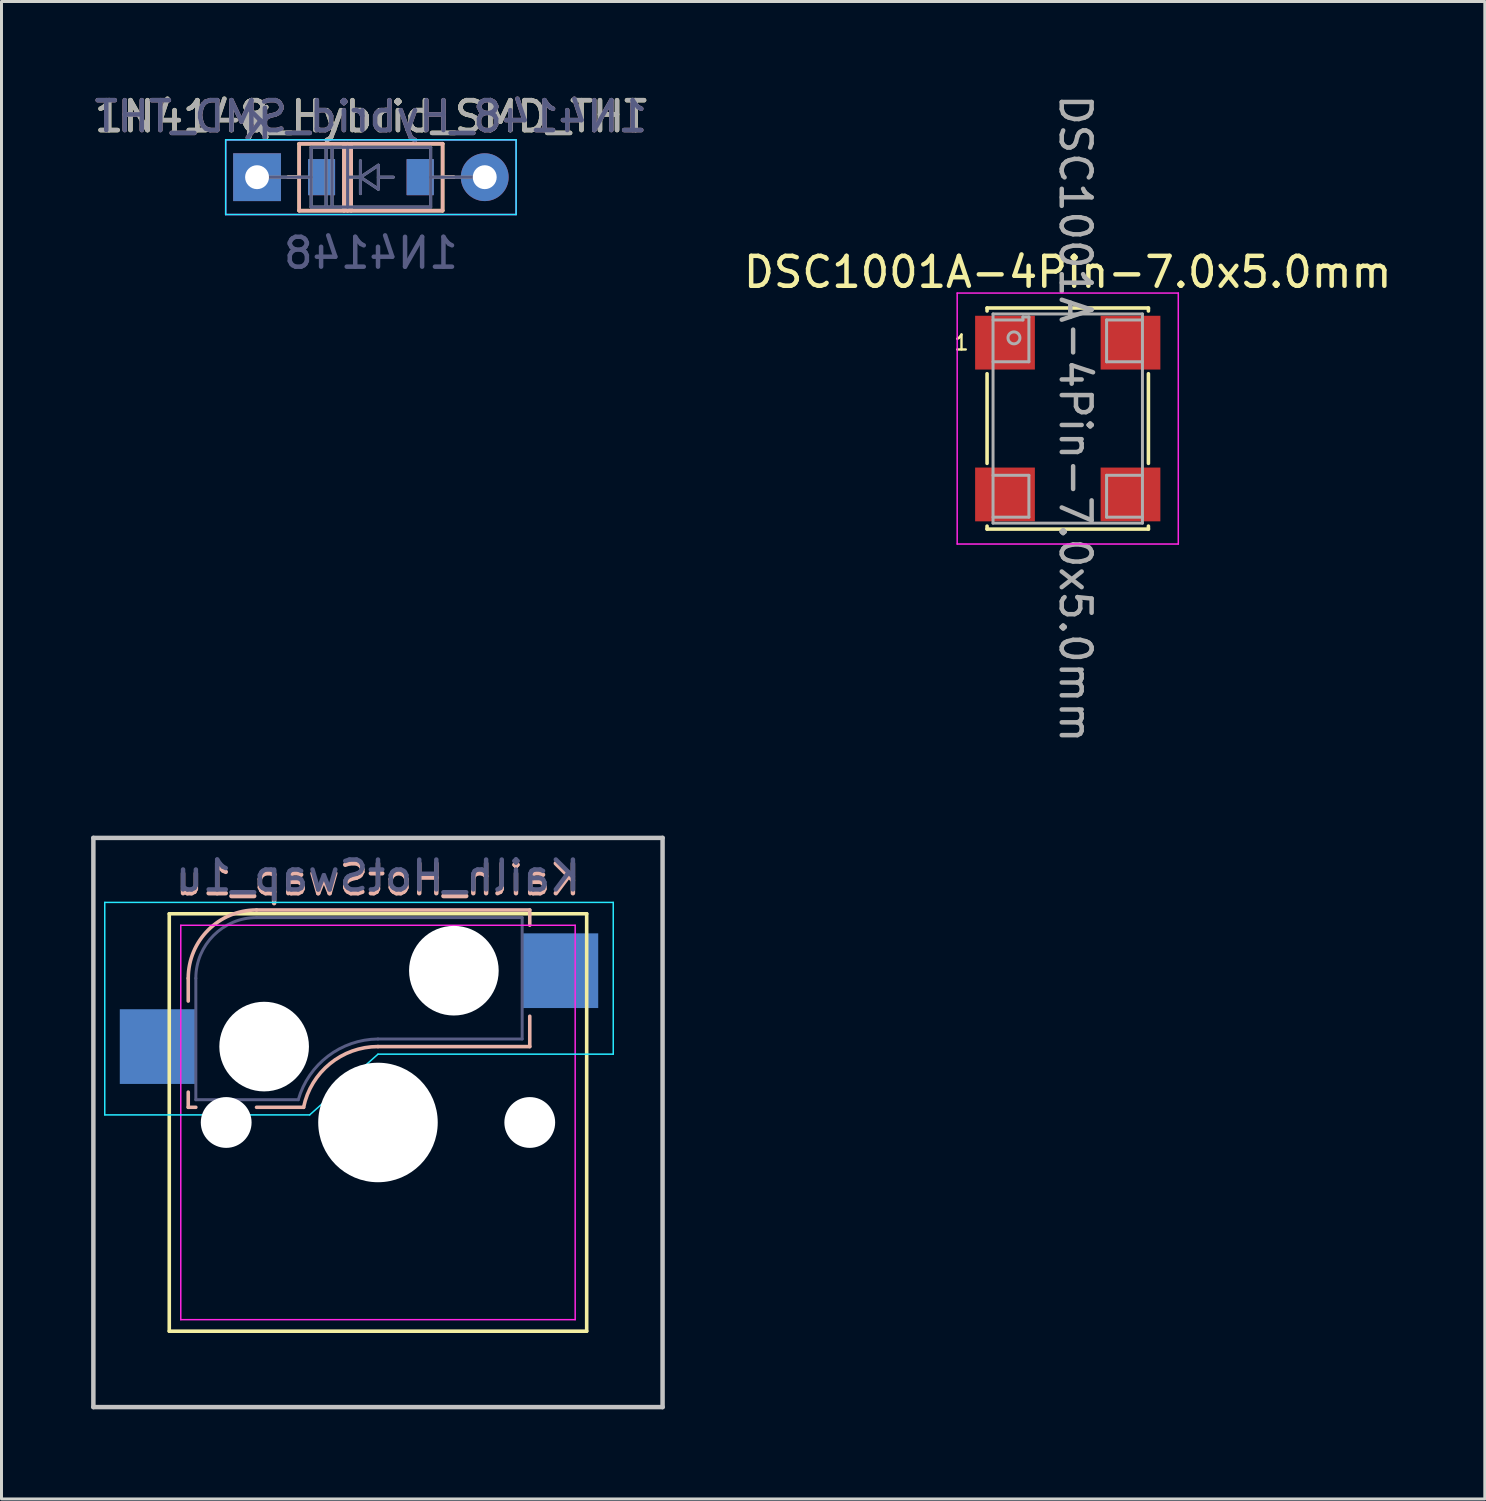
<source format=kicad_pcb>
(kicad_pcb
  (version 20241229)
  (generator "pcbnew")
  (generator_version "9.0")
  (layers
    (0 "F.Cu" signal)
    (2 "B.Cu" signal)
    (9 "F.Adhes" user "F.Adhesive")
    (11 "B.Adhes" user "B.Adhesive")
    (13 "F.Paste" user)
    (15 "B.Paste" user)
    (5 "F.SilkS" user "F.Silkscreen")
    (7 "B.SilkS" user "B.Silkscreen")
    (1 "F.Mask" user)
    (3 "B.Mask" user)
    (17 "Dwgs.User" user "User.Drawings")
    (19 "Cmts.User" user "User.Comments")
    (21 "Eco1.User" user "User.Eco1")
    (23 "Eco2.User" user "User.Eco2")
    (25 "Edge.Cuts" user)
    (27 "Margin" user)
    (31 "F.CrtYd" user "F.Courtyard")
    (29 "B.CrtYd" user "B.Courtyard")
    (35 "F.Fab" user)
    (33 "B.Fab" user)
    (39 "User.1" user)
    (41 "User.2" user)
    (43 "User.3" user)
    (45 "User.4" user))
  (footprint "Kailh_HotSwap_1u"
    (layer "F.Cu")
    (at 9.6 34.517)
    (property "Reference" "Kailh_HotSwap_1u" (at 0 -8.128 0) (unlocked yes) (layer "B.SilkS") (effects (font (size 1 1) (thickness 0.15)) (justify mirror)))
    (attr smd)
    (fp_line (start -6.985 -6.985) (end 6.985 -6.985) (stroke (width 0.12) (type solid)) (layer "F.SilkS"))
    (fp_line (start -6.985 6.985) (end -6.985 -6.985) (stroke (width 0.12) (type solid)) (layer "F.SilkS"))
    (fp_line (start 6.985 -6.985) (end 6.985 6.985) (stroke (width 0.12) (type solid)) (layer "F.SilkS"))
    (fp_line (start 6.985 6.985) (end -6.985 6.985) (stroke (width 0.12) (type solid)) (layer "F.SilkS"))
    (fp_line (start -6.35 -4.826) (end -6.35 -4.064) (stroke (width 0.12) (type solid)) (layer "B.SilkS"))
    (fp_line (start -6.35 -1.016) (end -6.35 -0.508) (stroke (width 0.12) (type solid)) (layer "B.SilkS"))
    (fp_line (start -6.35 -0.508) (end -6.096 -0.508) (stroke (width 0.12) (type solid)) (layer "B.SilkS"))
    (fp_line (start -4.064 -0.508) (end -2.489 -0.508) (stroke (width 0.12) (type solid)) (layer "B.SilkS"))
    (fp_line (start 0 -2.54) (end 5.08 -2.54) (stroke (width 0.12) (type solid)) (layer "B.SilkS"))
    (fp_line (start 5.08 -7.112) (end -4.064 -7.112) (stroke (width 0.12) (type solid)) (layer "B.SilkS"))
    (fp_line (start 5.08 -6.604) (end 5.08 -7.112) (stroke (width 0.12) (type solid)) (layer "B.SilkS"))
    (fp_line (start 5.08 -2.54) (end 5.08 -3.556) (stroke (width 0.12) (type solid)) (layer "B.SilkS"))
    (fp_arc (start -6.35 -4.826) (mid -5.680446 -6.442446) (end -4.064 -7.112) (stroke (width 0.12) (type solid)) (layer "B.SilkS"))
    (fp_arc (start -2.489199 -0.508) (mid -1.606798 -1.967836) (end 0 -2.540507) (stroke (width 0.12) (type solid)) (layer "B.SilkS"))
    (fp_line (start -9.525 -9.525) (end 9.525 -9.525) (stroke (width 0.15) (type solid)) (layer "Dwgs.User"))
    (fp_line (start -9.525 9.525) (end -9.525 -9.525) (stroke (width 0.15) (type solid)) (layer "Dwgs.User"))
    (fp_line (start 9.525 -9.525) (end 9.525 9.525) (stroke (width 0.15) (type solid)) (layer "Dwgs.User"))
    (fp_line (start 9.525 9.525) (end -9.525 9.525) (stroke (width 0.15) (type solid)) (layer "Dwgs.User"))
    (fp_line (start -9.144 -7.366) (end 7.874 -7.366) (stroke (width 0.05) (type solid)) (layer "B.CrtYd"))
    (fp_line (start -9.144 -0.254) (end -9.144 -7.366) (stroke (width 0.05) (type solid)) (layer "B.CrtYd"))
    (fp_line (start -2.286 -0.254) (end -9.144 -0.254) (stroke (width 0.05) (type solid)) (layer "B.CrtYd"))
    (fp_line (start 0 -2.286) (end -2.286 -0.254) (stroke (width 0.05) (type solid)) (layer "B.CrtYd"))
    (fp_line (start 7.874 -7.366) (end 7.874 -2.286) (stroke (width 0.05) (type solid)) (layer "B.CrtYd"))
    (fp_line (start 7.874 -2.286) (end 0 -2.286) (stroke (width 0.05) (type solid)) (layer "B.CrtYd"))
    (fp_line (start -6.6 -6.6) (end 6.6 -6.6) (stroke (width 0.05) (type solid)) (layer "F.CrtYd"))
    (fp_line (start -6.6 6.6) (end -6.6 -6.6) (stroke (width 0.05) (type solid)) (layer "F.CrtYd"))
    (fp_line (start 6.6 -6.6) (end 6.6 6.6) (stroke (width 0.05) (type solid)) (layer "F.CrtYd"))
    (fp_line (start 6.6 6.6) (end -6.6 6.6) (stroke (width 0.05) (type solid)) (layer "F.CrtYd"))
    (fp_line (start -6.096 -0.762) (end -6.096 -4.826) (stroke (width 0.1) (type solid)) (layer "B.Fab"))
    (fp_line (start -6.096 -0.762) (end -2.667 -0.762) (stroke (width 0.1) (type solid)) (layer "B.Fab"))
    (fp_line (start 4.826 -6.858) (end -4.064 -6.858) (stroke (width 0.1) (type solid)) (layer "B.Fab"))
    (fp_line (start 4.826 -6.858) (end 4.826 -2.794) (stroke (width 0.1) (type solid)) (layer "B.Fab"))
    (fp_line (start 4.826 -2.794) (end 0 -2.794) (stroke (width 0.1) (type solid)) (layer "B.Fab"))
    (fp_arc (start -6.096 -4.826) (mid -5.500841 -6.262841) (end -4.064 -6.858) (stroke (width 0.1) (type solid)) (layer "B.Fab"))
    (fp_arc (start -2.666999 -0.762) (mid -1.670992 -2.220958) (end 0 -2.794) (stroke (width 0.1) (type solid)) (layer "B.Fab"))
    (fp_text user "${REFERENCE}" (at 0 -8.255 0) (layer "B.Fab") (effects (font (size 1 1) (thickness 0.15)) (justify mirror)))
    (pad "" np_thru_hole circle (at -5.08 0) (size 1.7 1.7) (drill 1.7) (layers "*.Cu" "*.Mask"))
    (pad "" np_thru_hole circle (at -3.81 -2.54) (size 3 3) (drill 3) (layers "*.Cu" "*.Mask"))
    (pad "" np_thru_hole circle (at 0 0) (size 4 4) (drill 4) (layers "*.Cu" "*.Mask"))
    (pad "" np_thru_hole circle (at 2.54 -5.08) (size 3 3) (drill 3) (layers "*.Cu" "*.Mask"))
    (pad "" np_thru_hole circle (at 5.08 0) (size 1.7 1.7) (drill 1.7) (layers "*.Cu" "*.Mask"))
    (pad "1" smd rect (at 6.096 -5.08) (size 2.55 2.5) (layers "B.Cu" "B.Mask" "B.Paste"))
    (pad "2" smd rect (at -7.366 -2.54) (size 2.55 2.5) (layers "B.Cu" "B.Mask" "B.Paste")))
  (footprint "1N4148_Hybrid_SMD_THT"
    (layer "F.Cu")
    (at 9.363 2.88)
    (property "Reference" "1N4148_Hybrid_SMD_THT" (at 0 -2.032 0) (unlocked yes) (layer "F.SilkS") (effects (font (size 1 1) (thickness 0.15))))
    (property "Value" "1N4148" (at 0 2.54 0) (unlocked yes) (layer "F.Fab") (hide yes) (effects (font (size 1 1) (thickness 0.15))))
    (attr smd)
    (fp_line (start -2.77 0) (end -2.4 0) (stroke (width 0.12) (type solid)) (layer "F.SilkS"))
    (fp_line (start -2.4 -1.12) (end -2.4 1.12) (stroke (width 0.12) (type solid)) (layer "F.SilkS"))
    (fp_line (start -2.4 1.12) (end 2.4 1.12) (stroke (width 0.12) (type solid)) (layer "F.SilkS"))
    (fp_line (start -0.9 -1.12) (end -0.9 1.12) (stroke (width 0.12) (type solid)) (layer "F.SilkS"))
    (fp_line (start -0.78 -1.12) (end -0.78 1.12) (stroke (width 0.12) (type solid)) (layer "F.SilkS"))
    (fp_line (start -0.66 -1.12) (end -0.66 1.12) (stroke (width 0.12) (type solid)) (layer "F.SilkS"))
    (fp_line (start 2.4 -1.12) (end -2.4 -1.12) (stroke (width 0.12) (type solid)) (layer "F.SilkS"))
    (fp_line (start 2.4 1.12) (end 2.4 -1.12) (stroke (width 0.12) (type solid)) (layer "F.SilkS"))
    (fp_line (start 2.77 0) (end 2.4 0) (stroke (width 0.12) (type solid)) (layer "F.SilkS"))
    (fp_line (start -2.77 0) (end -2.4 0) (stroke (width 0.12) (type solid)) (layer "B.SilkS"))
    (fp_line (start -2.4 -1.12) (end 2.4 -1.12) (stroke (width 0.12) (type solid)) (layer "B.SilkS"))
    (fp_line (start -2.4 1.12) (end -2.4 -1.12) (stroke (width 0.12) (type solid)) (layer "B.SilkS"))
    (fp_line (start -0.9 1.12) (end -0.9 -1.12) (stroke (width 0.12) (type solid)) (layer "B.SilkS"))
    (fp_line (start -0.78 1.12) (end -0.78 -1.12) (stroke (width 0.12) (type solid)) (layer "B.SilkS"))
    (fp_line (start -0.66 1.12) (end -0.66 -1.12) (stroke (width 0.12) (type solid)) (layer "B.SilkS"))
    (fp_line (start 2.4 -1.12) (end 2.4 1.12) (stroke (width 0.12) (type solid)) (layer "B.SilkS"))
    (fp_line (start 2.4 1.12) (end -2.4 1.12) (stroke (width 0.12) (type solid)) (layer "B.SilkS"))
    (fp_line (start 2.77 0) (end 2.4 0) (stroke (width 0.12) (type solid)) (layer "B.SilkS"))
    (fp_line (start -4.86 -1.25) (end 4.86 -1.25) (stroke (width 0.05) (type solid)) (layer "B.CrtYd"))
    (fp_line (start -4.86 1.25) (end -4.86 -1.25) (stroke (width 0.05) (type solid)) (layer "B.CrtYd"))
    (fp_line (start 4.86 -1.25) (end 4.86 1.25) (stroke (width 0.05) (type solid)) (layer "B.CrtYd"))
    (fp_line (start 4.86 1.25) (end -4.86 1.25) (stroke (width 0.05) (type solid)) (layer "B.CrtYd"))
    (fp_line (start -4.86 -1.25) (end -4.86 1.25) (stroke (width 0.05) (type solid)) (layer "F.CrtYd"))
    (fp_line (start -4.86 1.25) (end 4.86 1.25) (stroke (width 0.05) (type solid)) (layer "F.CrtYd"))
    (fp_line (start 4.86 -1.25) (end -4.86 -1.25) (stroke (width 0.05) (type solid)) (layer "F.CrtYd"))
    (fp_line (start 4.86 1.25) (end 4.86 -1.25) (stroke (width 0.05) (type solid)) (layer "F.CrtYd"))
    (fp_line (start -3.81 0) (end -2 0) (stroke (width 0.1) (type solid)) (layer "B.Fab"))
    (fp_line (start -2 -1) (end 2 -1) (stroke (width 0.1) (type solid)) (layer "B.Fab"))
    (fp_line (start -2 1) (end -2 -1) (stroke (width 0.1) (type solid)) (layer "B.Fab"))
    (fp_line (start -1.5 1) (end -1.5 -1) (stroke (width 0.1) (type solid)) (layer "B.Fab"))
    (fp_line (start -1.3 1) (end -1.3 -1) (stroke (width 0.1) (type solid)) (layer "B.Fab"))
    (fp_line (start -0.78 1) (end -0.78 -1) (stroke (width 0.1) (type solid)) (layer "B.Fab"))
    (fp_line (start -0.75 0) (end -0.35 0) (stroke (width 0.1) (type solid)) (layer "B.Fab"))
    (fp_line (start -0.35 0) (end -0.35 -0.55) (stroke (width 0.1) (type solid)) (layer "B.Fab"))
    (fp_line (start -0.35 0) (end -0.35 0.55) (stroke (width 0.1) (type solid)) (layer "B.Fab"))
    (fp_line (start -0.35 0) (end 0.25 0.4) (stroke (width 0.1) (type solid)) (layer "B.Fab"))
    (fp_line (start 0.25 -0.4) (end -0.35 0) (stroke (width 0.1) (type solid)) (layer "B.Fab"))
    (fp_line (start 0.25 0) (end 0.75 0) (stroke (width 0.1) (type solid)) (layer "B.Fab"))
    (fp_line (start 0.25 0.4) (end 0.25 -0.4) (stroke (width 0.1) (type solid)) (layer "B.Fab"))
    (fp_line (start 2 -1) (end 2 1) (stroke (width 0.1) (type solid)) (layer "B.Fab"))
    (fp_line (start 2 1) (end -2 1) (stroke (width 0.1) (type solid)) (layer "B.Fab"))
    (fp_line (start 3.81 0) (end 2 0) (stroke (width 0.1) (type solid)) (layer "B.Fab"))
    (fp_line (start -3.81 0) (end -2 0) (stroke (width 0.1) (type solid)) (layer "F.Fab"))
    (fp_line (start -2 -1) (end -2 1) (stroke (width 0.1) (type solid)) (layer "F.Fab"))
    (fp_line (start -2 1) (end 2 1) (stroke (width 0.1) (type solid)) (layer "F.Fab"))
    (fp_line (start -1.5 -1) (end -1.5 1) (stroke (width 0.1) (type solid)) (layer "F.Fab"))
    (fp_line (start -1.3 -1) (end -1.3 1) (stroke (width 0.1) (type solid)) (layer "F.Fab"))
    (fp_line (start -0.78 -1) (end -0.78 1) (stroke (width 0.1) (type solid)) (layer "F.Fab"))
    (fp_line (start -0.75 0) (end -0.35 0) (stroke (width 0.1) (type solid)) (layer "F.Fab"))
    (fp_line (start -0.35 0) (end -0.35 -0.55) (stroke (width 0.1) (type solid)) (layer "F.Fab"))
    (fp_line (start -0.35 0) (end -0.35 0.55) (stroke (width 0.1) (type solid)) (layer "F.Fab"))
    (fp_line (start -0.35 0) (end 0.25 -0.4) (stroke (width 0.1) (type solid)) (layer "F.Fab"))
    (fp_line (start 0.25 -0.4) (end 0.25 0.4) (stroke (width 0.1) (type solid)) (layer "F.Fab"))
    (fp_line (start 0.25 0) (end 0.75 0) (stroke (width 0.1) (type solid)) (layer "F.Fab"))
    (fp_line (start 0.25 0.4) (end -0.35 0) (stroke (width 0.1) (type solid)) (layer "F.Fab"))
    (fp_line (start 2 -1) (end -2 -1) (stroke (width 0.1) (type solid)) (layer "F.Fab"))
    (fp_line (start 2 1) (end 2 -1) (stroke (width 0.1) (type solid)) (layer "F.Fab"))
    (fp_line (start 3.81 0) (end 2 0) (stroke (width 0.1) (type solid)) (layer "F.Fab"))
    (fp_text user "K" (at -3.81 -1.8 0) (layer "F.SilkS") (effects (font (size 1 1) (thickness 0.15))))
    (fp_text user "K" (at -3.81 -1.778 180) (layer "B.SilkS") (effects (font (size 1 1) (thickness 0.15)) (justify mirror)))
    (fp_text user "${REFERENCE}" (at 0 -2.032 0) (unlocked yes) (layer "B.SilkS") (effects (font (size 1 1) (thickness 0.15)) (justify mirror)))
    (fp_text user "${REFERENCE}" (at 0 -2.032 180) (layer "B.Fab") (effects (font (size 1 1) (thickness 0.15)) (justify mirror)))
    (fp_text user "K" (at -3.81 -1.778 180) (layer "B.Fab") (effects (font (size 1 1) (thickness 0.15)) (justify mirror)))
    (fp_text user "${VALUE}" (at 0 2.54 0) (unlocked yes) (layer "B.Fab") (effects (font (size 1 1) (thickness 0.15)) (justify mirror)))
    (fp_text user "${REFERENCE}" (at 0 -2.032 0) (layer "F.Fab") (effects (font (size 1 1) (thickness 0.15))))
    (fp_text user "K" (at -3.81 -1.8 0) (layer "F.Fab") (effects (font (size 1 1) (thickness 0.15))))
    (pad "1" thru_hole rect (at -3.81 0) (size 1.6 1.6) (drill 0.8) (layers "*.Cu" "*.Mask"))
    (pad "1" smd rect (at -1.65 0) (size 0.9 1.2) (layers "F.Cu" "F.Mask" "F.Paste"))
    (pad "1" smd rect (at -1.65 0) (size 0.9 1.2) (layers "F.Cu" "F.Mask" "F.Paste"))
    (pad "1" smd rect (at -1.65 0 180) (size 0.9 1.2) (layers "B.Cu" "B.Mask" "B.Paste"))
    (pad "1" smd rect (at -1.65 0 180) (size 0.9 1.2) (layers "B.Cu" "B.Mask" "B.Paste"))
    (pad "2" smd rect (at 1.65 0) (size 0.9 1.2) (layers "F.Cu" "F.Mask" "F.Paste"))
    (pad "2" smd rect (at 1.65 0) (size 0.9 1.2) (layers "F.Cu" "F.Mask" "F.Paste"))
    (pad "2" smd rect (at 1.65 0 180) (size 0.9 1.2) (layers "B.Cu" "B.Mask" "B.Paste"))
    (pad "2" smd rect (at 1.65 0 180) (size 0.9 1.2) (layers "B.Cu" "B.Mask" "B.Paste"))
    (pad "2" thru_hole oval (at 3.81 0) (size 1.6 1.6) (drill 0.8) (layers "*.Cu" "*.Mask")))
  (footprint "DSC1001A-4Pin-7.0x5.0mm"
    (layer "F.Cu")
    (at 32.685 10.958)
    (property "Reference" "DSC1001A-4Pin-7.0x5.0mm" (at 0 -4.9 0) (unlocked yes) (layer "F.SilkS") (effects (font (size 1 1) (thickness 0.15))))
    (attr smd)
    (fp_line (start -2.7 -3.7) (end 2.7 -3.7) (stroke (width 0.12) (type solid)) (layer "F.SilkS"))
    (fp_line (start -2.7 -3.6) (end -2.7 -3.7) (stroke (width 0.12) (type solid)) (layer "F.SilkS"))
    (fp_line (start -2.7 -1.5) (end -2.7 1.5) (stroke (width 0.12) (type solid)) (layer "F.SilkS"))
    (fp_line (start -2.7 3.6) (end -2.7 3.7) (stroke (width 0.12) (type solid)) (layer "F.SilkS"))
    (fp_line (start -2.7 3.7) (end 2.7 3.7) (stroke (width 0.12) (type solid)) (layer "F.SilkS"))
    (fp_line (start 2.7 -3.7) (end 2.7 -3.6) (stroke (width 0.12) (type solid)) (layer "F.SilkS"))
    (fp_line (start 2.7 -1.5) (end 2.7 1.5) (stroke (width 0.12) (type solid)) (layer "F.SilkS"))
    (fp_line (start 2.7 3.7) (end 2.7 3.6) (stroke (width 0.12) (type solid)) (layer "F.SilkS"))
    (fp_line (start -3.7 -4.2) (end 3.7 -4.2) (stroke (width 0.05) (type solid)) (layer "F.CrtYd"))
    (fp_line (start -3.7 4.2) (end -3.7 -4.2) (stroke (width 0.05) (type solid)) (layer "F.CrtYd"))
    (fp_line (start 3.7 -4.2) (end 3.7 4.2) (stroke (width 0.05) (type solid)) (layer "F.CrtYd"))
    (fp_line (start 3.7 4.2) (end -3.7 4.2) (stroke (width 0.05) (type solid)) (layer "F.CrtYd"))
    (fp_line (start -2.5 -3.5) (end 2.5 -3.5) (stroke (width 0.1) (type solid)) (layer "F.Fab"))
    (fp_line (start -2.5 -3.3) (end -1.5 -3.3) (stroke (width 0.1) (type solid)) (layer "F.Fab"))
    (fp_line (start -2.5 3.3) (end -1.3 3.3) (stroke (width 0.1) (type solid)) (layer "F.Fab"))
    (fp_line (start -2.5 3.5) (end -2.5 -3.5) (stroke (width 0.1) (type solid)) (layer "F.Fab"))
    (fp_line (start -1.5 -3.4) (end -1.3 -3.4) (stroke (width 0.1) (type solid)) (layer "F.Fab"))
    (fp_line (start -1.5 -3.3) (end -1.5 -3.4) (stroke (width 0.1) (type solid)) (layer "F.Fab"))
    (fp_line (start -1.3 -3.4) (end -1.3 -1.9) (stroke (width 0.1) (type solid)) (layer "F.Fab"))
    (fp_line (start -1.3 -1.9) (end -2.5 -1.9) (stroke (width 0.1) (type solid)) (layer "F.Fab"))
    (fp_line (start -1.3 1.9) (end -2.5 1.9) (stroke (width 0.1) (type solid)) (layer "F.Fab"))
    (fp_line (start -1.3 3.3) (end -1.3 1.9) (stroke (width 0.1) (type solid)) (layer "F.Fab"))
    (fp_line (start 1.3 -3.3) (end 1.3 -1.9) (stroke (width 0.1) (type solid)) (layer "F.Fab"))
    (fp_line (start 1.3 -1.9) (end 2.5 -1.9) (stroke (width 0.1) (type solid)) (layer "F.Fab"))
    (fp_line (start 1.3 1.9) (end 2.5 1.9) (stroke (width 0.1) (type solid)) (layer "F.Fab"))
    (fp_line (start 1.3 3.3) (end 1.3 1.9) (stroke (width 0.1) (type solid)) (layer "F.Fab"))
    (fp_line (start 2.5 -3.5) (end 2.5 3.5) (stroke (width 0.1) (type solid)) (layer "F.Fab"))
    (fp_line (start 2.5 -3.3) (end 1.3 -3.3) (stroke (width 0.1) (type solid)) (layer "F.Fab"))
    (fp_line (start 2.5 3.3) (end 1.3 3.3) (stroke (width 0.1) (type solid)) (layer "F.Fab"))
    (fp_line (start 2.5 3.5) (end -2.5 3.5) (stroke (width 0.1) (type solid)) (layer "F.Fab"))
    (fp_circle (center -1.8 -2.7) (end -1.6 -2.7) (stroke (width 0.1) (type solid)) (fill no) (layer "F.Fab"))
    (fp_text user "1" (at -3.556 -2.54 0) (unlocked yes) (layer "F.SilkS") (effects (font (size 0.5 0.5) (thickness 0.08))))
    (fp_text user "${REFERENCE}" (at 0.254 0 270) (unlocked yes) (layer "F.Fab") (effects (font (size 1 1) (thickness 0.15))))
    (pad "1" smd rect (at -2.1 -2.54) (size 2 1.8) (layers "F.Cu" "F.Mask" "F.Paste"))
    (pad "2" smd rect (at -2.1 2.54) (size 2 1.8) (layers "F.Cu" "F.Mask" "F.Paste"))
    (pad "3" smd rect (at 2.1 2.54) (size 2 1.8) (layers "F.Cu" "F.Mask" "F.Paste"))
    (pad "4" smd rect (at 2.1 -2.54) (size 2 1.8) (layers "F.Cu" "F.Mask" "F.Paste"))
    (zone (net_name "") (layers "F.Cu" "B.Cu") (hatch edge 0.508) (connect_pads) (min_thickness 0.254) (filled_areas_thickness no) (keepout (tracks not_allowed) (vias not_allowed) (pads not_allowed) (copperpour not_allowed) (footprints allowed)) (placement (enabled no)) (fill) (polygon (pts (xy 34.435 12.058) (xy 30.935 12.058) (xy 30.935 9.858) (xy 34.435 9.858)))))
  (gr_rect
    (start -3 -3)
    (end 46.643 47.117)
    (stroke (width 0.1) (type default))
    (fill no)
    (layer "Edge.Cuts")))
</source>
